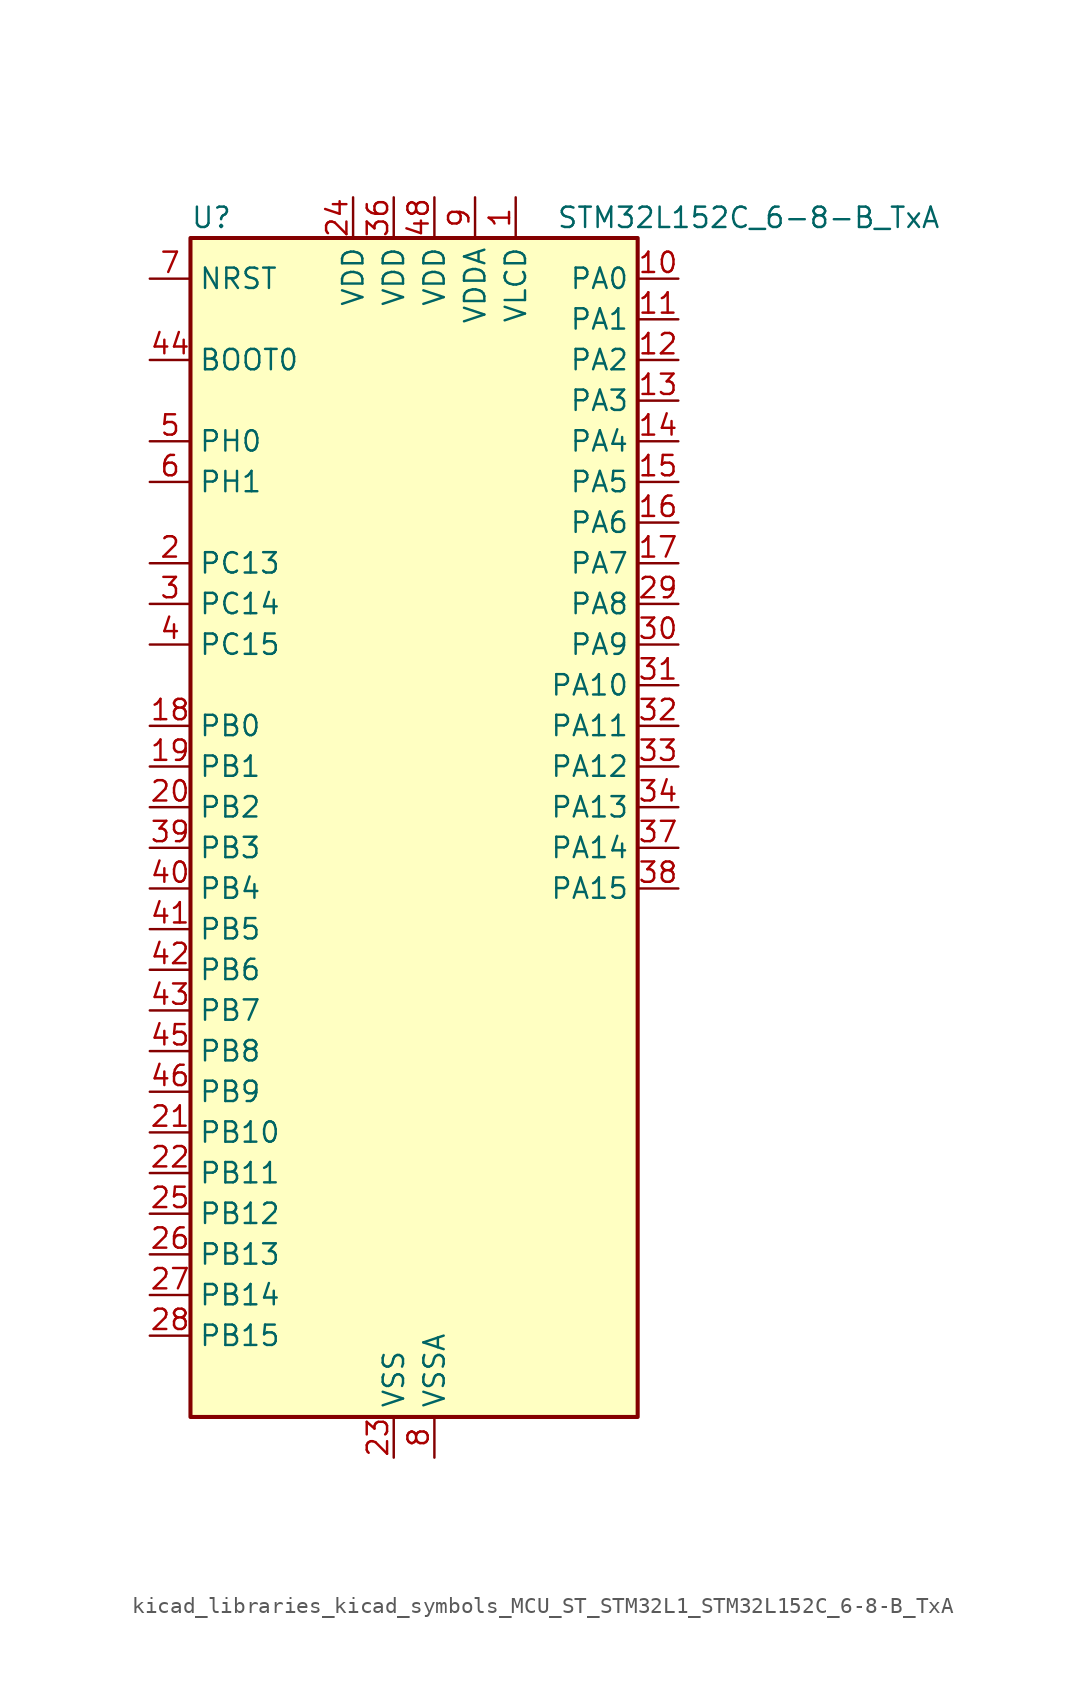
<source format=kicad_sym>
(kicad_symbol_lib
  (version 20220914)
  (generator kicad_symbol_editor)
  (symbol "kicad_libraries_kicad_symbols_MCU_ST_STM32L1_STM32L152C_6-8-B_TxA"
    (property "Reference" "U"
      (at -12.7 39.37 0)
      (effects (font (size 1.27 1.27)) (justify left)))
    (property "Value" "STM32L152C_6-8-B_TxA"
      (at 10.16 39.37 0)
      (effects (font (size 1.27 1.27)) (justify left)))
    (property "ki_locked" ""
      (at 0 0 0)
      (effects (font (size 1.27 1.27))))
    (symbol "kicad_libraries_kicad_symbols_MCU_ST_STM32L1_STM32L152C_6-8-B_TxA_0_1"
      (rectangle (start -12.7 -35.56) (end 15.24 38.1) (stroke (width 0.254) (type default)) (fill (type background))))
    (symbol "kicad_libraries_kicad_symbols_MCU_ST_STM32L1_STM32L152C_6-8-B_TxA_1_1"
      (pin power_in line (at 7.62 40.64 270) (length 2.54) (name "VLCD" (effects (font (size 1.27 1.27)))) (number "1" (effects (font (size 1.27 1.27)))))
      (pin bidirectional line (at 17.78 35.56 180) (length 2.54) (name "PA0" (effects (font (size 1.27 1.27)))) (number "10" (effects (font (size 1.27 1.27)))) (alternate "ADC_IN0" bidirectional line) (alternate "COMP1_INP" bidirectional line) (alternate "RTC_TAMP2" bidirectional line) (alternate "SYS_WKUP1" bidirectional line) (alternate "TIM2_CH1" bidirectional line) (alternate "TIM2_ETR" bidirectional line) (alternate "TIMX_IC1" bidirectional line) (alternate "TS_G1_IO1" bidirectional line) (alternate "USART2_CTS" bidirectional line))
      (pin bidirectional line (at 17.78 33.02 180) (length 2.54) (name "PA1" (effects (font (size 1.27 1.27)))) (number "11" (effects (font (size 1.27 1.27)))) (alternate "ADC_IN1" bidirectional line) (alternate "COMP1_INP" bidirectional line) (alternate "LCD_SEG0" bidirectional line) (alternate "TIM2_CH2" bidirectional line) (alternate "TIMX_IC2" bidirectional line) (alternate "TS_G1_IO2" bidirectional line) (alternate "USART2_RTS" bidirectional line))
      (pin bidirectional line (at 17.78 30.48 180) (length 2.54) (name "PA2" (effects (font (size 1.27 1.27)))) (number "12" (effects (font (size 1.27 1.27)))) (alternate "ADC_IN2" bidirectional line) (alternate "COMP1_INP" bidirectional line) (alternate "LCD_SEG1" bidirectional line) (alternate "TIM2_CH3" bidirectional line) (alternate "TIM9_CH1" bidirectional line) (alternate "TIMX_IC3" bidirectional line) (alternate "TS_G1_IO3" bidirectional line) (alternate "USART2_TX" bidirectional line))
      (pin bidirectional line (at 17.78 27.94 180) (length 2.54) (name "PA3" (effects (font (size 1.27 1.27)))) (number "13" (effects (font (size 1.27 1.27)))) (alternate "ADC_IN3" bidirectional line) (alternate "COMP1_INP" bidirectional line) (alternate "LCD_SEG2" bidirectional line) (alternate "TIM2_CH4" bidirectional line) (alternate "TIM9_CH2" bidirectional line) (alternate "TIMX_IC4" bidirectional line) (alternate "TS_G1_IO4" bidirectional line) (alternate "USART2_RX" bidirectional line))
      (pin bidirectional line (at 17.78 25.4 180) (length 2.54) (name "PA4" (effects (font (size 1.27 1.27)))) (number "14" (effects (font (size 1.27 1.27)))) (alternate "ADC_IN4" bidirectional line) (alternate "COMP1_INP" bidirectional line) (alternate "DAC_OUT1" bidirectional line) (alternate "SPI1_NSS" bidirectional line) (alternate "TIMX_IC1" bidirectional line) (alternate "USART2_CK" bidirectional line))
      (pin bidirectional line (at 17.78 22.86 180) (length 2.54) (name "PA5" (effects (font (size 1.27 1.27)))) (number "15" (effects (font (size 1.27 1.27)))) (alternate "ADC_IN5" bidirectional line) (alternate "COMP1_INP" bidirectional line) (alternate "DAC_OUT2" bidirectional line) (alternate "SPI1_SCK" bidirectional line) (alternate "TIM2_CH1" bidirectional line) (alternate "TIM2_ETR" bidirectional line) (alternate "TIMX_IC2" bidirectional line))
      (pin bidirectional line (at 17.78 20.32 180) (length 2.54) (name "PA6" (effects (font (size 1.27 1.27)))) (number "16" (effects (font (size 1.27 1.27)))) (alternate "ADC_IN6" bidirectional line) (alternate "COMP1_INP" bidirectional line) (alternate "LCD_SEG3" bidirectional line) (alternate "SPI1_MISO" bidirectional line) (alternate "TIM10_CH1" bidirectional line) (alternate "TIM3_CH1" bidirectional line) (alternate "TIMX_IC3" bidirectional line) (alternate "TS_G2_IO1" bidirectional line))
      (pin bidirectional line (at 17.78 17.78 180) (length 2.54) (name "PA7" (effects (font (size 1.27 1.27)))) (number "17" (effects (font (size 1.27 1.27)))) (alternate "ADC_IN7" bidirectional line) (alternate "COMP1_INP" bidirectional line) (alternate "LCD_SEG4" bidirectional line) (alternate "SPI1_MOSI" bidirectional line) (alternate "TIM11_CH1" bidirectional line) (alternate "TIM3_CH2" bidirectional line) (alternate "TIMX_IC4" bidirectional line) (alternate "TS_G2_IO2" bidirectional line))
      (pin bidirectional line (at -15.24 7.62 0) (length 2.54) (name "PB0" (effects (font (size 1.27 1.27)))) (number "18" (effects (font (size 1.27 1.27)))) (alternate "ADC_IN8" bidirectional line) (alternate "COMP1_INP" bidirectional line) (alternate "LCD_SEG5" bidirectional line) (alternate "SYS_V_REF_OUT" bidirectional line) (alternate "TIM3_CH3" bidirectional line) (alternate "TS_G3_IO1" bidirectional line))
      (pin bidirectional line (at -15.24 5.08 0) (length 2.54) (name "PB1" (effects (font (size 1.27 1.27)))) (number "19" (effects (font (size 1.27 1.27)))) (alternate "ADC_IN9" bidirectional line) (alternate "COMP1_INP" bidirectional line) (alternate "LCD_SEG6" bidirectional line) (alternate "SYS_V_REF_OUT" bidirectional line) (alternate "TIM3_CH4" bidirectional line) (alternate "TS_G3_IO2" bidirectional line))
      (pin bidirectional line (at -15.24 17.78 0) (length 2.54) (name "PC13" (effects (font (size 1.27 1.27)))) (number "2" (effects (font (size 1.27 1.27)))) (alternate "RTC_OUT_ALARM" bidirectional line) (alternate "RTC_OUT_CALIB" bidirectional line) (alternate "RTC_TAMP1" bidirectional line) (alternate "RTC_TS" bidirectional line) (alternate "SYS_WKUP2" bidirectional line) (alternate "TIMX_IC2" bidirectional line))
      (pin bidirectional line (at -15.24 2.54 0) (length 2.54) (name "PB2" (effects (font (size 1.27 1.27)))) (number "20" (effects (font (size 1.27 1.27)))) (alternate "TS_G3_IO3" bidirectional line))
      (pin bidirectional line (at -15.24 -17.78 0) (length 2.54) (name "PB10" (effects (font (size 1.27 1.27)))) (number "21" (effects (font (size 1.27 1.27)))) (alternate "I2C2_SCL" bidirectional line) (alternate "LCD_SEG10" bidirectional line) (alternate "TIM2_CH3" bidirectional line) (alternate "USART3_TX" bidirectional line))
      (pin bidirectional line (at -15.24 -20.32 0) (length 2.54) (name "PB11" (effects (font (size 1.27 1.27)))) (number "22" (effects (font (size 1.27 1.27)))) (alternate "ADC_EXTI11" bidirectional line) (alternate "I2C2_SDA" bidirectional line) (alternate "LCD_SEG11" bidirectional line) (alternate "TIM2_CH4" bidirectional line) (alternate "USART3_RX" bidirectional line))
      (pin power_in line (at 0 -38.1 90) (length 2.54) (name "VSS" (effects (font (size 1.27 1.27)))) (number "23" (effects (font (size 1.27 1.27)))))
      (pin power_in line (at -2.54 40.64 270) (length 2.54) (name "VDD" (effects (font (size 1.27 1.27)))) (number "24" (effects (font (size 1.27 1.27)))))
      (pin bidirectional line (at -15.24 -22.86 0) (length 2.54) (name "PB12" (effects (font (size 1.27 1.27)))) (number "25" (effects (font (size 1.27 1.27)))) (alternate "ADC_IN18" bidirectional line) (alternate "COMP1_INP" bidirectional line) (alternate "I2C2_SMBA" bidirectional line) (alternate "LCD_SEG12" bidirectional line) (alternate "SPI2_NSS" bidirectional line) (alternate "TIM10_CH1" bidirectional line) (alternate "TS_G7_IO1" bidirectional line) (alternate "USART3_CK" bidirectional line))
      (pin bidirectional line (at -15.24 -25.4 0) (length 2.54) (name "PB13" (effects (font (size 1.27 1.27)))) (number "26" (effects (font (size 1.27 1.27)))) (alternate "ADC_IN19" bidirectional line) (alternate "COMP1_INP" bidirectional line) (alternate "LCD_SEG13" bidirectional line) (alternate "SPI2_SCK" bidirectional line) (alternate "TIM9_CH1" bidirectional line) (alternate "TS_G7_IO2" bidirectional line) (alternate "USART3_CTS" bidirectional line))
      (pin bidirectional line (at -15.24 -27.94 0) (length 2.54) (name "PB14" (effects (font (size 1.27 1.27)))) (number "27" (effects (font (size 1.27 1.27)))) (alternate "ADC_IN20" bidirectional line) (alternate "COMP1_INP" bidirectional line) (alternate "LCD_SEG14" bidirectional line) (alternate "SPI2_MISO" bidirectional line) (alternate "TIM9_CH2" bidirectional line) (alternate "TS_G7_IO3" bidirectional line) (alternate "USART3_RTS" bidirectional line))
      (pin bidirectional line (at -15.24 -30.48 0) (length 2.54) (name "PB15" (effects (font (size 1.27 1.27)))) (number "28" (effects (font (size 1.27 1.27)))) (alternate "ADC_EXTI15" bidirectional line) (alternate "ADC_IN21" bidirectional line) (alternate "COMP1_INP" bidirectional line) (alternate "LCD_SEG15" bidirectional line) (alternate "RTC_REFIN" bidirectional line) (alternate "SPI2_MOSI" bidirectional line) (alternate "TIM11_CH1" bidirectional line) (alternate "TS_G7_IO4" bidirectional line))
      (pin bidirectional line (at 17.78 15.24 180) (length 2.54) (name "PA8" (effects (font (size 1.27 1.27)))) (number "29" (effects (font (size 1.27 1.27)))) (alternate "LCD_COM0" bidirectional line) (alternate "RCC_MCO" bidirectional line) (alternate "TIMX_IC1" bidirectional line) (alternate "TS_G4_IO1" bidirectional line) (alternate "USART1_CK" bidirectional line))
      (pin bidirectional line (at -15.24 15.24 0) (length 2.54) (name "PC14" (effects (font (size 1.27 1.27)))) (number "3" (effects (font (size 1.27 1.27)))) (alternate "RCC_OSC32_IN" bidirectional line) (alternate "TIMX_IC3" bidirectional line))
      (pin bidirectional line (at 17.78 12.7 180) (length 2.54) (name "PA9" (effects (font (size 1.27 1.27)))) (number "30" (effects (font (size 1.27 1.27)))) (alternate "DAC_EXTI9" bidirectional line) (alternate "LCD_COM1" bidirectional line) (alternate "TIMX_IC2" bidirectional line) (alternate "TS_G4_IO2" bidirectional line) (alternate "USART1_TX" bidirectional line))
      (pin bidirectional line (at 17.78 10.16 180) (length 2.54) (name "PA10" (effects (font (size 1.27 1.27)))) (number "31" (effects (font (size 1.27 1.27)))) (alternate "LCD_COM2" bidirectional line) (alternate "TIMX_IC3" bidirectional line) (alternate "TS_G4_IO3" bidirectional line) (alternate "USART1_RX" bidirectional line))
      (pin bidirectional line (at 17.78 7.62 180) (length 2.54) (name "PA11" (effects (font (size 1.27 1.27)))) (number "32" (effects (font (size 1.27 1.27)))) (alternate "ADC_EXTI11" bidirectional line) (alternate "SPI1_MISO" bidirectional line) (alternate "TIMX_IC4" bidirectional line) (alternate "USART1_CTS" bidirectional line) (alternate "USB_DM" bidirectional line))
      (pin bidirectional line (at 17.78 5.08 180) (length 2.54) (name "PA12" (effects (font (size 1.27 1.27)))) (number "33" (effects (font (size 1.27 1.27)))) (alternate "SPI1_MOSI" bidirectional line) (alternate "TIMX_IC1" bidirectional line) (alternate "USART1_RTS" bidirectional line) (alternate "USB_DP" bidirectional line))
      (pin bidirectional line (at 17.78 2.54 180) (length 2.54) (name "PA13" (effects (font (size 1.27 1.27)))) (number "34" (effects (font (size 1.27 1.27)))) (alternate "SYS_JTMS-SWDIO" bidirectional line) (alternate "TIMX_IC2" bidirectional line) (alternate "TS_G5_IO1" bidirectional line))
      (pin passive line (at 0 -38.1 90) (length 2.54) hide (name "VSS" (effects (font (size 1.27 1.27)))) (number "35" (effects (font (size 1.27 1.27)))))
      (pin power_in line (at 0 40.64 270) (length 2.54) (name "VDD" (effects (font (size 1.27 1.27)))) (number "36" (effects (font (size 1.27 1.27)))))
      (pin bidirectional line (at 17.78 0 180) (length 2.54) (name "PA14" (effects (font (size 1.27 1.27)))) (number "37" (effects (font (size 1.27 1.27)))) (alternate "SYS_JTCK-SWCLK" bidirectional line) (alternate "TIMX_IC3" bidirectional line) (alternate "TS_G5_IO2" bidirectional line))
      (pin bidirectional line (at 17.78 -2.54 180) (length 2.54) (name "PA15" (effects (font (size 1.27 1.27)))) (number "38" (effects (font (size 1.27 1.27)))) (alternate "ADC_EXTI15" bidirectional line) (alternate "LCD_SEG17" bidirectional line) (alternate "SPI1_NSS" bidirectional line) (alternate "SYS_JTDI" bidirectional line) (alternate "TIM2_CH1" bidirectional line) (alternate "TIM2_ETR" bidirectional line) (alternate "TIMX_IC4" bidirectional line) (alternate "TS_G5_IO3" bidirectional line))
      (pin bidirectional line (at -15.24 0 0) (length 2.54) (name "PB3" (effects (font (size 1.27 1.27)))) (number "39" (effects (font (size 1.27 1.27)))) (alternate "COMP2_INM" bidirectional line) (alternate "LCD_SEG7" bidirectional line) (alternate "SPI1_SCK" bidirectional line) (alternate "SYS_JTDO-TRACESWO" bidirectional line) (alternate "TIM2_CH2" bidirectional line))
      (pin bidirectional line (at -15.24 12.7 0) (length 2.54) (name "PC15" (effects (font (size 1.27 1.27)))) (number "4" (effects (font (size 1.27 1.27)))) (alternate "ADC_EXTI15" bidirectional line) (alternate "RCC_OSC32_OUT" bidirectional line) (alternate "TIMX_IC4" bidirectional line))
      (pin bidirectional line (at -15.24 -2.54 0) (length 2.54) (name "PB4" (effects (font (size 1.27 1.27)))) (number "40" (effects (font (size 1.27 1.27)))) (alternate "COMP2_INP" bidirectional line) (alternate "LCD_SEG8" bidirectional line) (alternate "SPI1_MISO" bidirectional line) (alternate "SYS_JTRST" bidirectional line) (alternate "TIM3_CH1" bidirectional line) (alternate "TS_G6_IO1" bidirectional line))
      (pin bidirectional line (at -15.24 -5.08 0) (length 2.54) (name "PB5" (effects (font (size 1.27 1.27)))) (number "41" (effects (font (size 1.27 1.27)))) (alternate "COMP2_INP" bidirectional line) (alternate "I2C1_SMBA" bidirectional line) (alternate "LCD_SEG9" bidirectional line) (alternate "SPI1_MOSI" bidirectional line) (alternate "TIM3_CH2" bidirectional line) (alternate "TS_G6_IO2" bidirectional line))
      (pin bidirectional line (at -15.24 -7.62 0) (length 2.54) (name "PB6" (effects (font (size 1.27 1.27)))) (number "42" (effects (font (size 1.27 1.27)))) (alternate "I2C1_SCL" bidirectional line) (alternate "TIM4_CH1" bidirectional line) (alternate "TS_G6_IO3" bidirectional line) (alternate "USART1_TX" bidirectional line))
      (pin bidirectional line (at -15.24 -10.16 0) (length 2.54) (name "PB7" (effects (font (size 1.27 1.27)))) (number "43" (effects (font (size 1.27 1.27)))) (alternate "I2C1_SDA" bidirectional line) (alternate "SYS_PVD_IN" bidirectional line) (alternate "TIM4_CH2" bidirectional line) (alternate "TS_G6_IO4" bidirectional line) (alternate "USART1_RX" bidirectional line))
      (pin input line (at -15.24 30.48 0) (length 2.54) (name "BOOT0" (effects (font (size 1.27 1.27)))) (number "44" (effects (font (size 1.27 1.27)))))
      (pin bidirectional line (at -15.24 -12.7 0) (length 2.54) (name "PB8" (effects (font (size 1.27 1.27)))) (number "45" (effects (font (size 1.27 1.27)))) (alternate "I2C1_SCL" bidirectional line) (alternate "LCD_SEG16" bidirectional line) (alternate "TIM10_CH1" bidirectional line) (alternate "TIM4_CH3" bidirectional line))
      (pin bidirectional line (at -15.24 -15.24 0) (length 2.54) (name "PB9" (effects (font (size 1.27 1.27)))) (number "46" (effects (font (size 1.27 1.27)))) (alternate "DAC_EXTI9" bidirectional line) (alternate "I2C1_SDA" bidirectional line) (alternate "LCD_COM3" bidirectional line) (alternate "TIM11_CH1" bidirectional line) (alternate "TIM4_CH4" bidirectional line))
      (pin passive line (at 0 -38.1 90) (length 2.54) hide (name "VSS" (effects (font (size 1.27 1.27)))) (number "47" (effects (font (size 1.27 1.27)))))
      (pin power_in line (at 2.54 40.64 270) (length 2.54) (name "VDD" (effects (font (size 1.27 1.27)))) (number "48" (effects (font (size 1.27 1.27)))))
      (pin bidirectional line (at -15.24 25.4 0) (length 2.54) (name "PH0" (effects (font (size 1.27 1.27)))) (number "5" (effects (font (size 1.27 1.27)))) (alternate "RCC_OSC_IN" bidirectional line))
      (pin bidirectional line (at -15.24 22.86 0) (length 2.54) (name "PH1" (effects (font (size 1.27 1.27)))) (number "6" (effects (font (size 1.27 1.27)))) (alternate "RCC_OSC_OUT" bidirectional line))
      (pin input line (at -15.24 35.56 0) (length 2.54) (name "NRST" (effects (font (size 1.27 1.27)))) (number "7" (effects (font (size 1.27 1.27)))))
      (pin power_in line (at 2.54 -38.1 90) (length 2.54) (name "VSSA" (effects (font (size 1.27 1.27)))) (number "8" (effects (font (size 1.27 1.27)))))
      (pin power_in line (at 5.08 40.64 270) (length 2.54) (name "VDDA" (effects (font (size 1.27 1.27)))) (number "9" (effects (font (size 1.27 1.27))))))))
</source>
